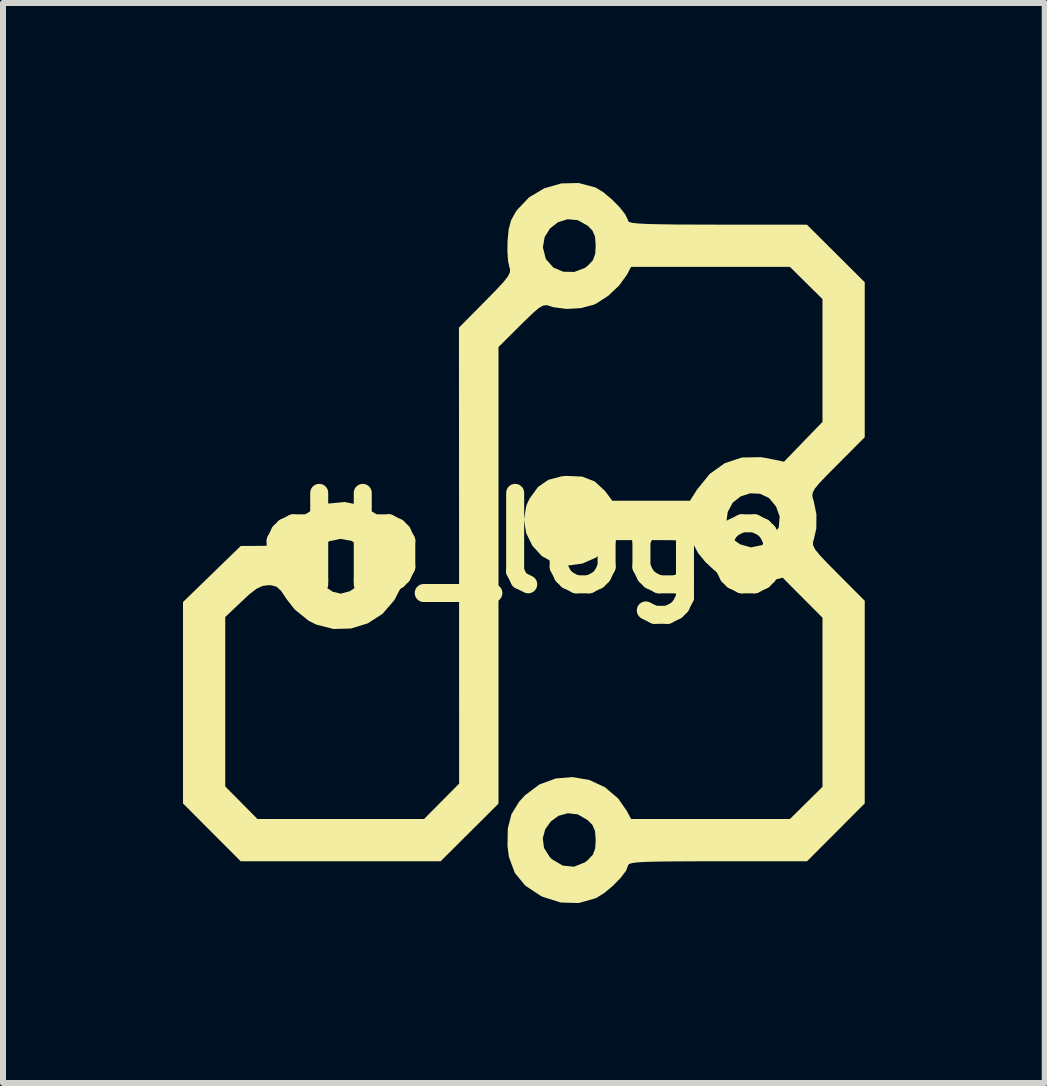
<source format=kicad_pcb>
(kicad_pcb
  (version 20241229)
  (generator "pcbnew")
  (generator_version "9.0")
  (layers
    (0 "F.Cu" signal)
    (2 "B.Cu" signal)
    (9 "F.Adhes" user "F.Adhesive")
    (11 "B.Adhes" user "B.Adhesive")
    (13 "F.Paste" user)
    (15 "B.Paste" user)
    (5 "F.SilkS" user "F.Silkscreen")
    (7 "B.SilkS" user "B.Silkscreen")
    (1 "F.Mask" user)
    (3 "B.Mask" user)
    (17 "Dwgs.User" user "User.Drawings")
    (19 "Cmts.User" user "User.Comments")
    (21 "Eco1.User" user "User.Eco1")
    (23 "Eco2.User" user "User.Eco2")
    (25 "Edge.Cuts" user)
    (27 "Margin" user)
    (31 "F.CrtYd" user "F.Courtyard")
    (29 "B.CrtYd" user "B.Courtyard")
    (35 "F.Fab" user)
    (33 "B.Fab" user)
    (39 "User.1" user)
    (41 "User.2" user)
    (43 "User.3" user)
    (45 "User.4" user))
  (footprint "db_logo"
    (layer "F.Cu")
    (at 5.681 5.999)
    (property "Reference" "db_logo" (at 0 0 0) (layer "F.SilkS") (effects (font (size 1.524 1.524) (thickness 0.3))))
    (attr board_only exclude_from_pos_files exclude_from_bom)
    (fp_poly (pts (xy 1.192 -5.925) (xy 1.2 -5.921) (xy 1.326 -5.844) (xy 1.463 -5.729) (xy 1.592 -5.599) (xy 1.69 -5.475) (xy 1.736 -5.38) (xy 1.737 -5.367) (xy 1.753 -5.35) (xy 1.807 -5.335) (xy 1.908 -5.324) (xy 2.063 -5.316) (xy 2.281 -5.311) (xy 2.57 -5.307) (xy 2.94 -5.306) (xy 3.227 -5.305) (xy 4.717 -5.305) (xy 5.199 -4.825) (xy 5.681 -4.345) (xy 5.681 -1.762) (xy 5.229 -1.308) (xy 5.048 -1.126) (xy 4.925 -0.997) (xy 4.85 -0.906) (xy 4.814 -0.84) (xy 4.807 -0.785) (xy 4.821 -0.727) (xy 4.83 -0.702) (xy 4.876 -0.477) (xy 4.874 -0.239) (xy 4.834 -0.065) (xy 4.818 -0.009) (xy 4.822 0.044) (xy 4.855 0.109) (xy 4.928 0.199) (xy 5.048 0.327) (xy 5.226 0.507) (xy 5.233 0.514) (xy 5.681 0.964) (xy 5.681 4.341) (xy 4.72 5.305) (xy 3.229 5.305) (xy 2.81 5.306) (xy 2.477 5.308) (xy 2.218 5.311) (xy 2.026 5.316) (xy 1.892 5.324) (xy 1.805 5.335) (xy 1.757 5.35) (xy 1.738 5.368) (xy 1.737 5.376) (xy 1.702 5.465) (xy 1.61 5.586) (xy 1.483 5.715) (xy 1.342 5.833) (xy 1.208 5.917) (xy 1.197 5.922) (xy 0.914 6.001) (xy 0.614 5.993) (xy 0.314 5.898) (xy 0.279 5.88) (xy 0.023 5.711) (xy -0.151 5.499) (xy -0.249 5.235) (xy -0.273 5.051) (xy -0.271 4.923) (xy 0.315 4.923) (xy 0.336 5.083) (xy 0.434 5.238) (xy 0.467 5.27) (xy 0.647 5.377) (xy 0.835 5.396) (xy 1.016 5.324) (xy 1.065 5.286) (xy 1.151 5.194) (xy 1.189 5.088) (xy 1.197 4.953) (xy 1.186 4.801) (xy 1.142 4.699) (xy 1.065 4.621) (xy 0.899 4.524) (xy 0.732 4.505) (xy 0.577 4.548) (xy 0.448 4.642) (xy 0.356 4.772) (xy 0.315 4.923) (xy -0.271 4.923) (xy -0.268 4.759) (xy -0.207 4.521) (xy -0.08 4.314) (xy 0.018 4.206) (xy 0.258 4.026) (xy 0.528 3.926) (xy 0.812 3.902) (xy 1.092 3.951) (xy 1.351 4.071) (xy 1.572 4.259) (xy 1.719 4.472) (xy 1.787 4.601) (xy 4.434 4.601) (xy 4.705 4.333) (xy 4.977 4.064) (xy 4.977 1.246) (xy 4.313 0.579) (xy 4.071 0.642) (xy 3.782 0.68) (xy 3.509 0.634) (xy 3.329 0.56) (xy 3.176 0.458) (xy 3.025 0.317) (xy 2.902 0.167) (xy 2.841 0.05) (xy 2.824 0.012) (xy 2.791 -0.015) (xy 2.727 -0.032) (xy 2.616 -0.041) (xy 2.445 -0.046) (xy 2.198 -0.047) (xy 2.142 -0.047) (xy 1.473 -0.047) (xy 1.374 0.087) (xy 1.203 0.244) (xy 0.975 0.344) (xy 0.739 0.376) (xy 0.502 0.333) (xy 0.299 0.218) (xy 0.142 0.047) (xy 0.039 -0.162) (xy 0.002 -0.39) (xy 3.38 -0.39) (xy 3.41 -0.191) (xy 3.504 -0.048) (xy 3.605 0.023) (xy 3.784 0.074) (xy 3.967 0.037) (xy 4.134 -0.084) (xy 4.143 -0.095) (xy 4.249 -0.262) (xy 4.263 -0.44) (xy 4.204 -0.606) (xy 4.087 -0.748) (xy 3.936 -0.82) (xy 3.77 -0.827) (xy 3.611 -0.775) (xy 3.48 -0.67) (xy 3.398 -0.516) (xy 3.38 -0.39) (xy 0.002 -0.39) (xy 0.002 -0.391) (xy 0.041 -0.623) (xy 0.092 -0.735) (xy 0.235 -0.932) (xy 0.407 -1.052) (xy 0.632 -1.111) (xy 0.706 -1.118) (xy 0.971 -1.106) (xy 1.181 -1.025) (xy 1.351 -0.868) (xy 1.37 -0.844) (xy 1.473 -0.704) (xy 2.769 -0.704) (xy 2.884 -0.886) (xy 3.097 -1.15) (xy 3.349 -1.33) (xy 3.634 -1.424) (xy 3.947 -1.43) (xy 4.053 -1.413) (xy 4.336 -1.354) (xy 4.656 -1.686) (xy 4.977 -2.017) (xy 4.977 -4.064) (xy 4.705 -4.333) (xy 4.434 -4.601) (xy 1.787 -4.601) (xy 1.719 -4.472) (xy 1.589 -4.292) (xy 1.407 -4.12) (xy 1.209 -3.991) (xy 1.164 -3.97) (xy 0.951 -3.914) (xy 0.711 -3.9) (xy 0.492 -3.929) (xy 0.44 -3.946) (xy 0.38 -3.963) (xy 0.323 -3.957) (xy 0.253 -3.918) (xy 0.156 -3.836) (xy 0.015 -3.7) (xy -0.056 -3.63) (xy -0.423 -3.265) (xy -0.423 4.345) (xy -0.905 4.825) (xy -1.387 5.305) (xy -4.72 5.305) (xy -5.201 4.823) (xy -5.681 4.341) (xy -5.681 0.985) (xy -5.2 0.518) (xy -5.07 0.391) (xy -3.502 0.391) (xy -3.455 0.565) (xy -3.343 0.709) (xy -3.184 0.814) (xy -3.052 0.845) (xy -2.899 0.804) (xy -2.76 0.709) (xy -2.642 0.551) (xy -2.601 0.377) (xy -2.632 0.208) (xy -2.725 0.064) (xy -2.873 -0.035) (xy -3.052 -0.068) (xy -3.244 -0.029) (xy -3.388 0.074) (xy -3.477 0.221) (xy -3.502 0.391) (xy -5.07 0.391) (xy -4.718 0.05) (xy -4.403 0.049) (xy -4.233 0.045) (xy -4.131 0.031) (xy -4.071 -0.004) (xy -4.028 -0.068) (xy -4.017 -0.089) (xy -3.884 -0.272) (xy -3.692 -0.445) (xy -3.476 -0.582) (xy -3.284 -0.654) (xy -2.985 -0.682) (xy -2.718 -0.628) (xy -2.471 -0.488) (xy -2.322 -0.357) (xy -2.118 -0.097) (xy -2.005 0.178) (xy -1.984 0.464) (xy -2.055 0.754) (xy -2.16 0.955) (xy -2.356 1.182) (xy -2.602 1.34) (xy -2.88 1.426) (xy -3.172 1.434) (xy -3.459 1.361) (xy -3.585 1.298) (xy -3.821 1.108) (xy -3.956 0.934) (xy -4.045 0.801) (xy -4.118 0.732) (xy -4.201 0.707) (xy -4.259 0.704) (xy -4.357 0.717) (xy -4.455 0.763) (xy -4.575 0.856) (xy -4.698 0.97) (xy -4.977 1.235) (xy -4.977 4.058) (xy -4.708 4.33) (xy -4.44 4.601) (xy -1.664 4.601) (xy -1.371 4.306) (xy -1.079 4.011) (xy -1.08 0.211) (xy -1.082 -3.588) (xy -0.639 -4.036) (xy -0.46 -4.219) (xy -0.339 -4.349) (xy -0.267 -4.441) (xy -0.234 -4.506) (xy -0.23 -4.559) (xy -0.243 -4.601) (xy -0.265 -4.709) (xy -0.275 -4.872) (xy -0.274 -4.927) (xy 0.317 -4.927) (xy 0.363 -4.744) (xy 0.374 -4.722) (xy 0.492 -4.59) (xy 0.657 -4.52) (xy 0.841 -4.517) (xy 1.016 -4.583) (xy 1.065 -4.621) (xy 1.151 -4.712) (xy 1.189 -4.819) (xy 1.197 -4.953) (xy 1.186 -5.105) (xy 1.142 -5.207) (xy 1.065 -5.286) (xy 0.898 -5.38) (xy 0.727 -5.395) (xy 0.567 -5.344) (xy 0.435 -5.241) (xy 0.346 -5.098) (xy 0.317 -4.927) (xy -0.274 -4.927) (xy -0.272 -5.033) (xy -0.253 -5.232) (xy -0.213 -5.378) (xy -0.139 -5.512) (xy -0.115 -5.548) (xy 0.088 -5.761) (xy 0.341 -5.911) (xy 0.624 -5.992) (xy 0.914 -5.999)) (stroke (width 0) (type solid)) (fill yes) (layer "F.SilkS")))
  (gr_rect
    (start -3 -3)
    (end 14.362 15)
    (stroke (width 0.1) (type default))
    (fill no)
    (layer "Edge.Cuts")))
</source>
